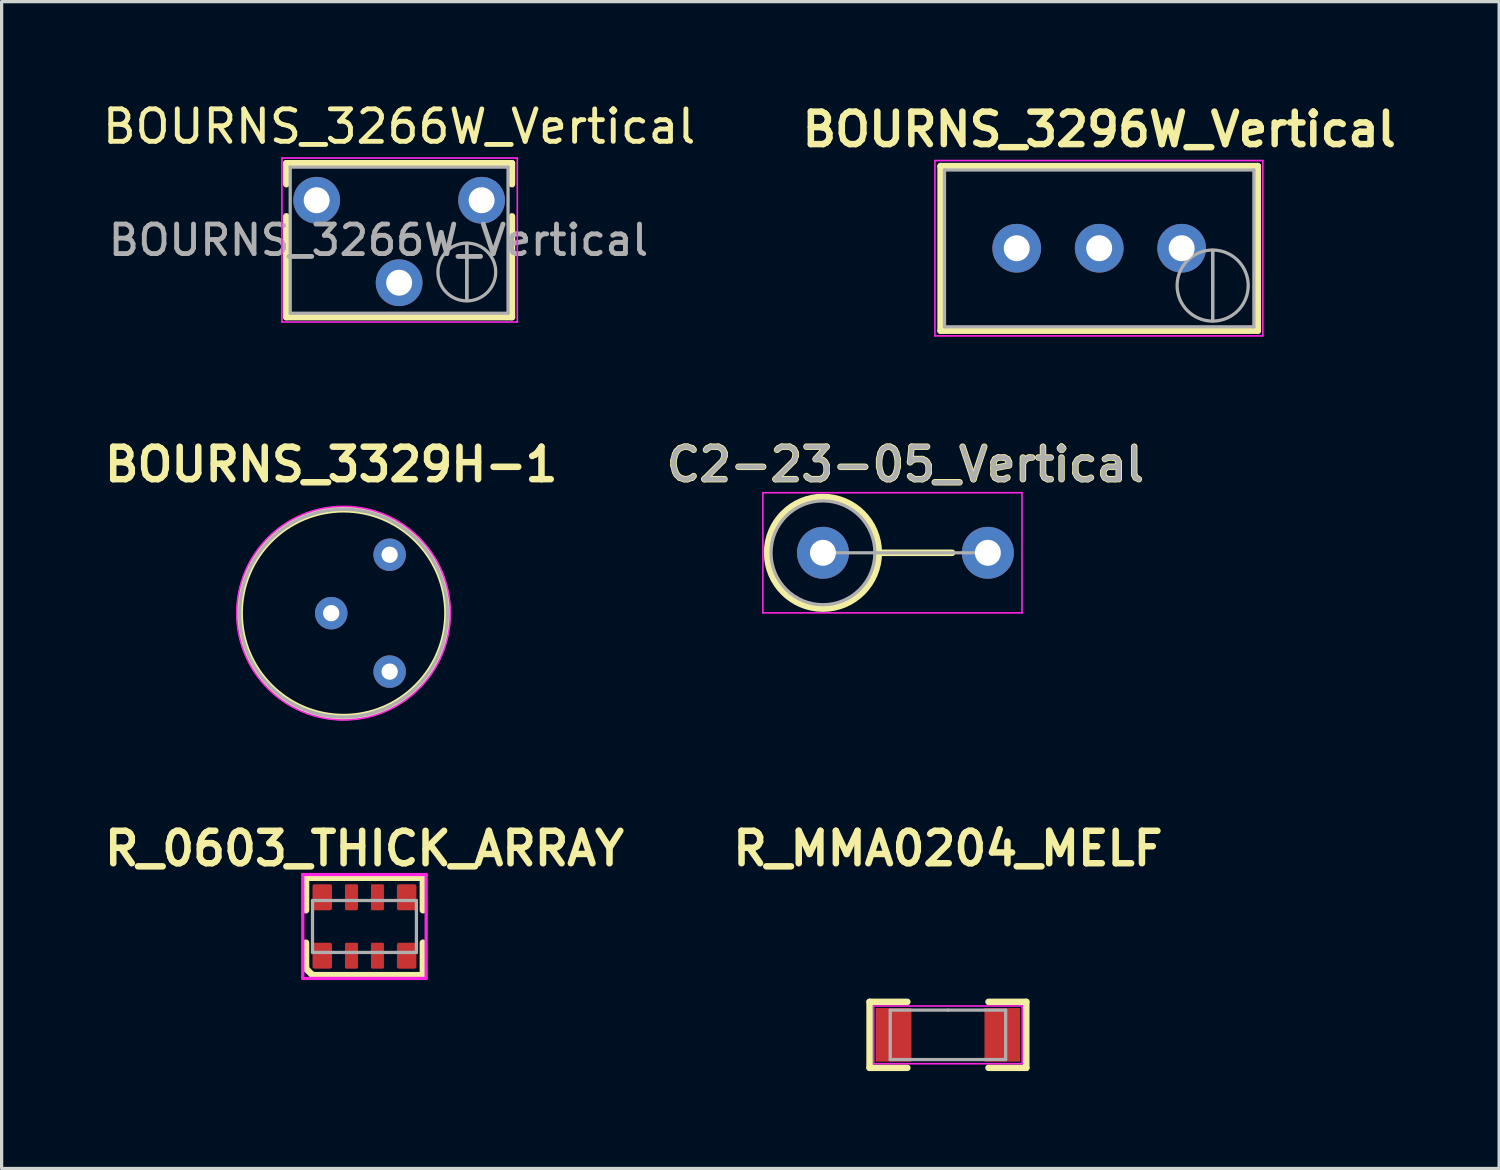
<source format=kicad_pcb>
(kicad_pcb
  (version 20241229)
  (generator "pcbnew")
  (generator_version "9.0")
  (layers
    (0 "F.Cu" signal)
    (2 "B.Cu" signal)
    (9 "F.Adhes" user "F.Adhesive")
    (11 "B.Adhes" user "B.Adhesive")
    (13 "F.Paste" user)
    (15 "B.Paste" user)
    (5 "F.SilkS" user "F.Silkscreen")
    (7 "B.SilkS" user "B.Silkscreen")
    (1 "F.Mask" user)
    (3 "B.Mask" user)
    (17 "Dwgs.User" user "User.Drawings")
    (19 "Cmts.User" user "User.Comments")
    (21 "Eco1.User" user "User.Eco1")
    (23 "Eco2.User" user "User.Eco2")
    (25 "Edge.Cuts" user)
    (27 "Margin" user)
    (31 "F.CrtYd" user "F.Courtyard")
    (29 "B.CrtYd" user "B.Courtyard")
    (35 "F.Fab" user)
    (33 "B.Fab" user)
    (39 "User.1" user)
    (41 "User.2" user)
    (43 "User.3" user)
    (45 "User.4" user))
  (footprint "BOURNS_3266W_Vertical"
    (layer "F.Cu")
    (at 11.784 3.118)
    (property "Reference" "BOURNS_3266W_Vertical" (at -2.54 -2.27 0) (layer "F.SilkS") (effects (font (size 1 1) (thickness 0.15))))
    (attr through_hole)
    (fp_line (start -6.015 -1.14) (end -6.015 -0.495) (stroke (width 0.2) (type solid)) (layer "F.SilkS"))
    (fp_line (start -6.015 -1.14) (end 0.935 -1.14) (stroke (width 0.2) (type solid)) (layer "F.SilkS"))
    (fp_line (start -6.015 0.495) (end -6.015 3.6) (stroke (width 0.2) (type solid)) (layer "F.SilkS"))
    (fp_line (start -6.015 3.6) (end 0.935 3.6) (stroke (width 0.2) (type solid)) (layer "F.SilkS"))
    (fp_line (start 0.935 -1.14) (end 0.935 -0.495) (stroke (width 0.2) (type solid)) (layer "F.SilkS"))
    (fp_line (start 0.935 0.495) (end 0.935 3.6) (stroke (width 0.2) (type solid)) (layer "F.SilkS"))
    (fp_line (start -6.15 -1.3) (end -6.15 3.75) (stroke (width 0.05) (type solid)) (layer "F.CrtYd"))
    (fp_line (start -6.15 3.75) (end 1.1 3.75) (stroke (width 0.05) (type solid)) (layer "F.CrtYd"))
    (fp_line (start 1.1 -1.3) (end -6.15 -1.3) (stroke (width 0.05) (type solid)) (layer "F.CrtYd"))
    (fp_line (start 1.1 3.75) (end 1.1 -1.3) (stroke (width 0.05) (type solid)) (layer "F.CrtYd"))
    (fp_line (start -5.895 -1.02) (end -5.895 3.48) (stroke (width 0.1) (type solid)) (layer "F.Fab"))
    (fp_line (start -5.895 3.48) (end 0.815 3.48) (stroke (width 0.1) (type solid)) (layer "F.Fab"))
    (fp_line (start -0.455 3.092) (end -0.454 1.329) (stroke (width 0.1) (type solid)) (layer "F.Fab"))
    (fp_line (start -0.455 3.092) (end -0.454 1.329) (stroke (width 0.1) (type solid)) (layer "F.Fab"))
    (fp_line (start 0.815 -1.02) (end -5.895 -1.02) (stroke (width 0.1) (type solid)) (layer "F.Fab"))
    (fp_line (start 0.815 3.48) (end 0.815 -1.02) (stroke (width 0.1) (type solid)) (layer "F.Fab"))
    (fp_circle (center -0.455 2.21) (end 0.435 2.21) (stroke (width 0.1) (type solid)) (fill no) (layer "F.Fab"))
    (fp_text user "${REFERENCE}" (at -3.175 1.23 0) (layer "F.Fab") (effects (font (size 0.91 0.91) (thickness 0.15))))
    (pad "1" thru_hole circle (at 0 0) (size 1.44 1.44) (drill 0.8) (layers "*.Cu" "*.Mask"))
    (pad "2" thru_hole circle (at -2.54 2.54) (size 1.44 1.44) (drill 0.8) (layers "*.Cu" "*.Mask"))
    (pad "3" thru_hole circle (at -5.08 0) (size 1.44 1.44) (drill 0.8) (layers "*.Cu" "*.Mask")))
  (footprint "BOURNS_3296W_Vertical"
    (layer "F.Cu")
    (at 33.347 4.596)
    (property "Reference" "BOURNS_3296W_Vertical" (at -2.54 -3.66 0) (layer "F.SilkS") (effects (font (size 1 1) (thickness 0.2))))
    (attr through_hole)
    (fp_line (start -7.425 -2.53) (end -7.425 2.54) (stroke (width 0.2) (type solid)) (layer "F.SilkS"))
    (fp_line (start -7.425 -2.53) (end 2.345 -2.53) (stroke (width 0.2) (type solid)) (layer "F.SilkS"))
    (fp_line (start -7.425 2.54) (end 2.345 2.54) (stroke (width 0.2) (type solid)) (layer "F.SilkS"))
    (fp_line (start 2.345 -2.53) (end 2.345 2.54) (stroke (width 0.2) (type solid)) (layer "F.SilkS"))
    (fp_line (start -7.6 -2.7) (end -7.6 2.7) (stroke (width 0.05) (type solid)) (layer "F.CrtYd"))
    (fp_line (start -7.6 2.7) (end 2.5 2.7) (stroke (width 0.05) (type solid)) (layer "F.CrtYd"))
    (fp_line (start 2.5 -2.7) (end -7.6 -2.7) (stroke (width 0.05) (type solid)) (layer "F.CrtYd"))
    (fp_line (start 2.5 2.7) (end 2.5 -2.7) (stroke (width 0.05) (type solid)) (layer "F.CrtYd"))
    (fp_line (start -7.305 -2.41) (end -7.305 2.42) (stroke (width 0.1) (type solid)) (layer "F.Fab"))
    (fp_line (start -7.305 2.42) (end 2.225 2.42) (stroke (width 0.1) (type solid)) (layer "F.Fab"))
    (fp_line (start 0.955 2.235) (end 0.956 0.066) (stroke (width 0.1) (type solid)) (layer "F.Fab"))
    (fp_line (start 0.955 2.235) (end 0.956 0.066) (stroke (width 0.1) (type solid)) (layer "F.Fab"))
    (fp_line (start 2.225 -2.41) (end -7.305 -2.41) (stroke (width 0.1) (type solid)) (layer "F.Fab"))
    (fp_line (start 2.225 2.42) (end 2.225 -2.41) (stroke (width 0.1) (type solid)) (layer "F.Fab"))
    (fp_circle (center 0.955 1.15) (end 2.05 1.15) (stroke (width 0.1) (type solid)) (fill no) (layer "F.Fab"))
    (pad "1" thru_hole circle (at 0 0) (size 1.5 1.5) (drill 0.8) (layers "*.Cu" "*.Mask"))
    (pad "2" thru_hole circle (at -2.54 0) (size 1.5 1.5) (drill 0.8) (layers "*.Cu" "*.Mask"))
    (pad "3" thru_hole circle (at -5.08 0) (size 1.5 1.5) (drill 0.8) (layers "*.Cu" "*.Mask")))
  (footprint "C2-23-05_Vertical"
    (layer "F.Cu")
    (at 22.298 13.977)
    (property "Reference" "C2-23-05_Vertical" (at 2.54 -2.72 0) (layer "F.SilkS") (effects (font (size 1 1) (thickness 0.2))))
    (attr through_hole)
    (fp_line (start 1.72 0) (end 3.98 0) (stroke (width 0.2) (type solid)) (layer "F.SilkS"))
    (fp_circle (center 0 0) (end 1.72 0) (stroke (width 0.2) (type solid)) (fill no) (layer "F.SilkS"))
    (fp_line (start -1.85 -1.85) (end -1.85 1.85) (stroke (width 0.05) (type solid)) (layer "F.CrtYd"))
    (fp_line (start -1.85 1.85) (end 6.13 1.85) (stroke (width 0.05) (type solid)) (layer "F.CrtYd"))
    (fp_line (start 6.13 -1.85) (end -1.85 -1.85) (stroke (width 0.05) (type solid)) (layer "F.CrtYd"))
    (fp_line (start 6.13 1.85) (end 6.13 -1.85) (stroke (width 0.05) (type solid)) (layer "F.CrtYd"))
    (fp_line (start 0 0) (end 5.08 0) (stroke (width 0.1) (type solid)) (layer "F.Fab"))
    (fp_circle (center 0 0) (end 1.6 0) (stroke (width 0.1) (type solid)) (fill no) (layer "F.Fab"))
    (fp_text user "${REFERENCE}" (at 2.54 -2.72 0) (layer "F.Fab") (effects (font (size 1 1) (thickness 0.15))))
    (pad "1" thru_hole circle (at 0 0) (size 1.6 1.6) (drill 0.8) (layers "*.Cu" "*.Mask"))
    (pad "2" thru_hole oval (at 5.08 0) (size 1.6 1.6) (drill 0.8) (layers "*.Cu" "*.Mask")))
  (footprint "BOURNS_3329H-1"
    (layer "F.Cu")
    (at 7.152 15.837)
    (property "Reference" "BOURNS_3329H-1" (at 0 -4.58 0) (layer "F.SilkS") (effects (font (size 1 1) (thickness 0.2))))
    (attr through_hole)
    (fp_circle (center 0.38 0) (end 0.38 -3.2) (stroke (width 0.2) (type solid)) (fill no) (layer "F.SilkS"))
    (fp_circle (center 0.38 0) (end 1.14 -3.2) (stroke (width 0.05) (type solid)) (fill no) (layer "F.CrtYd"))
    (fp_circle (center 0.38 0) (end 0.38 3.2) (stroke (width 0.1) (type solid)) (fill no) (layer "F.Fab"))
    (pad "2" thru_hole circle (at 0 0) (size 1 1) (drill 0.5) (layers "*.Cu" "*.Mask"))
    (pad "2" thru_hole circle (at 1.8 1.8) (size 1 1) (drill 0.5) (layers "*.Cu" "*.Mask"))
    (pad "3" thru_hole circle (at 1.8 -1.8) (size 1 1) (drill 0.5) (layers "*.Cu" "*.Mask")))
  (footprint "R_MMA0204_MELF"
    (layer "F.Cu")
    (at 26.148 28.837)
    (property "Reference" "R_MMA0204_MELF" (at 0 -5.75 0) (unlocked yes) (layer "F.SilkS") (effects (font (size 1 1) (thickness 0.2) (bold yes))))
    (attr smd)
    (fp_line (start -2.413 -1.028) (end -2.413 1.004) (stroke (width 0.2) (type solid)) (layer "F.SilkS"))
    (fp_line (start -2.413 1.004) (end -1.25 1.004) (stroke (width 0.2) (type solid)) (layer "F.SilkS"))
    (fp_line (start -1.25 -1.028) (end -2.413 -1.028) (stroke (width 0.2) (type solid)) (layer "F.SilkS"))
    (fp_line (start 1.25 1.004) (end 2.413 1.004) (stroke (width 0.2) (type solid)) (layer "F.SilkS"))
    (fp_line (start 2.413 -1.028) (end 1.25 -1.028) (stroke (width 0.2) (type solid)) (layer "F.SilkS"))
    (fp_line (start 2.413 1.004) (end 2.413 -1.028) (stroke (width 0.2) (type solid)) (layer "F.SilkS"))
    (fp_line (start -2.286 -0.901) (end 2.286 -0.901) (stroke (width 0.05) (type solid)) (layer "F.CrtYd"))
    (fp_line (start -2.286 0.877) (end -2.286 -0.901) (stroke (width 0.05) (type solid)) (layer "F.CrtYd"))
    (fp_line (start 2.286 -0.901) (end 2.286 0.877) (stroke (width 0.05) (type solid)) (layer "F.CrtYd"))
    (fp_line (start 2.286 0.877) (end -2.286 0.877) (stroke (width 0.05) (type solid)) (layer "F.CrtYd"))
    (fp_line (start -1.778 -0.774) (end 0 -0.774) (stroke (width 0.1) (type solid)) (layer "F.Fab"))
    (fp_line (start -1.778 0.75) (end -1.778 -0.774) (stroke (width 0.1) (type solid)) (layer "F.Fab"))
    (fp_line (start 0 -0.774) (end 1.778 -0.774) (stroke (width 0.1) (type solid)) (layer "F.Fab"))
    (fp_line (start 1.778 -0.774) (end 1.778 0.75) (stroke (width 0.1) (type solid)) (layer "F.Fab"))
    (fp_line (start 1.778 0.75) (end -1.778 0.75) (stroke (width 0.1) (type solid)) (layer "F.Fab"))
    (pad "1" smd rect (at -1.675 -0.012) (size 1.1 1.65) (layers "F.Cu" "F.Mask" "F.Paste"))
    (pad "2" smd rect (at 1.675 -0.012) (size 1.1 1.65) (layers "F.Cu" "F.Mask" "F.Paste")))
  (footprint "R_0603_THICK_ARRAY"
    (layer "F.Cu")
    (at 6.976 26.387)
    (property "Reference" "R_0603_THICK_ARRAY" (at 1.2 -3.3 0) (layer "F.SilkS") (effects (font (size 1 1) (thickness 0.2))))
    (attr smd)
    (fp_line (start -0.6 -2.4) (end 3 -2.4) (stroke (width 0.2) (type solid)) (layer "F.SilkS"))
    (fp_line (start -0.6 -1.4) (end -0.6 -2.4) (stroke (width 0.2) (type solid)) (layer "F.SilkS"))
    (fp_line (start -0.6 -0.4) (end -0.6 0.4) (stroke (width 0.2) (type solid)) (layer "F.SilkS"))
    (fp_line (start -0.6 0.4) (end -0.4 0.6) (stroke (width 0.2) (type solid)) (layer "F.SilkS"))
    (fp_line (start -0.4 0.6) (end 3 0.6) (stroke (width 0.2) (type solid)) (layer "F.SilkS"))
    (fp_line (start 3 -2.4) (end 3 -1.4) (stroke (width 0.2) (type solid)) (layer "F.SilkS"))
    (fp_line (start 3 0.6) (end 3 -0.4) (stroke (width 0.2) (type solid)) (layer "F.SilkS"))
    (fp_line (start -0.7 -2.5) (end 3.1 -2.5) (stroke (width 0.1) (type solid)) (layer "F.CrtYd"))
    (fp_line (start -0.7 -1.3) (end -0.7 -2.5) (stroke (width 0.1) (type solid)) (layer "F.CrtYd"))
    (fp_line (start -0.7 0.7) (end -0.7 -1.3) (stroke (width 0.1) (type solid)) (layer "F.CrtYd"))
    (fp_line (start 3.1 -2.5) (end 3.1 0.7) (stroke (width 0.1) (type solid)) (layer "F.CrtYd"))
    (fp_line (start 3.1 0.7) (end -0.7 0.7) (stroke (width 0.1) (type solid)) (layer "F.CrtYd"))
    (fp_line (start -0.4 -1.7) (end -0.4 -0.1) (stroke (width 0.1) (type solid)) (layer "F.Fab"))
    (fp_line (start -0.4 -0.1) (end 2.8 -0.1) (stroke (width 0.1) (type solid)) (layer "F.Fab"))
    (fp_line (start 2.8 -1.7) (end -0.4 -1.7) (stroke (width 0.1) (type solid)) (layer "F.Fab"))
    (fp_line (start 2.8 -0.1) (end 2.8 -1.7) (stroke (width 0.1) (type solid)) (layer "F.Fab"))
    (pad "1" smd roundrect (at -0.1 0) (size 0.6 0.8) (layers "F.Cu" "F.Mask" "F.Paste") (roundrect_rratio 0.1))
    (pad "2" smd roundrect (at 0.8 0) (size 0.4 0.8) (layers "F.Cu" "F.Mask" "F.Paste") (roundrect_rratio 0.1))
    (pad "3" smd roundrect (at 1.6 0) (size 0.4 0.8) (layers "F.Cu" "F.Mask" "F.Paste") (roundrect_rratio 0.1))
    (pad "4" smd roundrect (at 2.5 0) (size 0.6 0.8) (layers "F.Cu" "F.Mask" "F.Paste") (roundrect_rratio 0.1))
    (pad "5" smd roundrect (at 2.5 -1.8) (size 0.6 0.8) (layers "F.Cu" "F.Mask" "F.Paste") (roundrect_rratio 0.1))
    (pad "6" smd roundrect (at 1.6 -1.8) (size 0.4 0.8) (layers "F.Cu" "F.Mask" "F.Paste") (roundrect_rratio 0.1))
    (pad "7" smd roundrect (at 0.8 -1.8) (size 0.4 0.8) (layers "F.Cu" "F.Mask" "F.Paste") (roundrect_rratio 0.1))
    (pad "8" smd roundrect (at -0.1 -1.8) (size 0.6 0.8) (layers "F.Cu" "F.Mask" "F.Paste") (roundrect_rratio 0.1)))
  (gr_rect
    (start -3 -3)
    (end 43.126 32.941)
    (stroke (width 0.1) (type default))
    (fill no)
    (layer "Edge.Cuts")))
</source>
